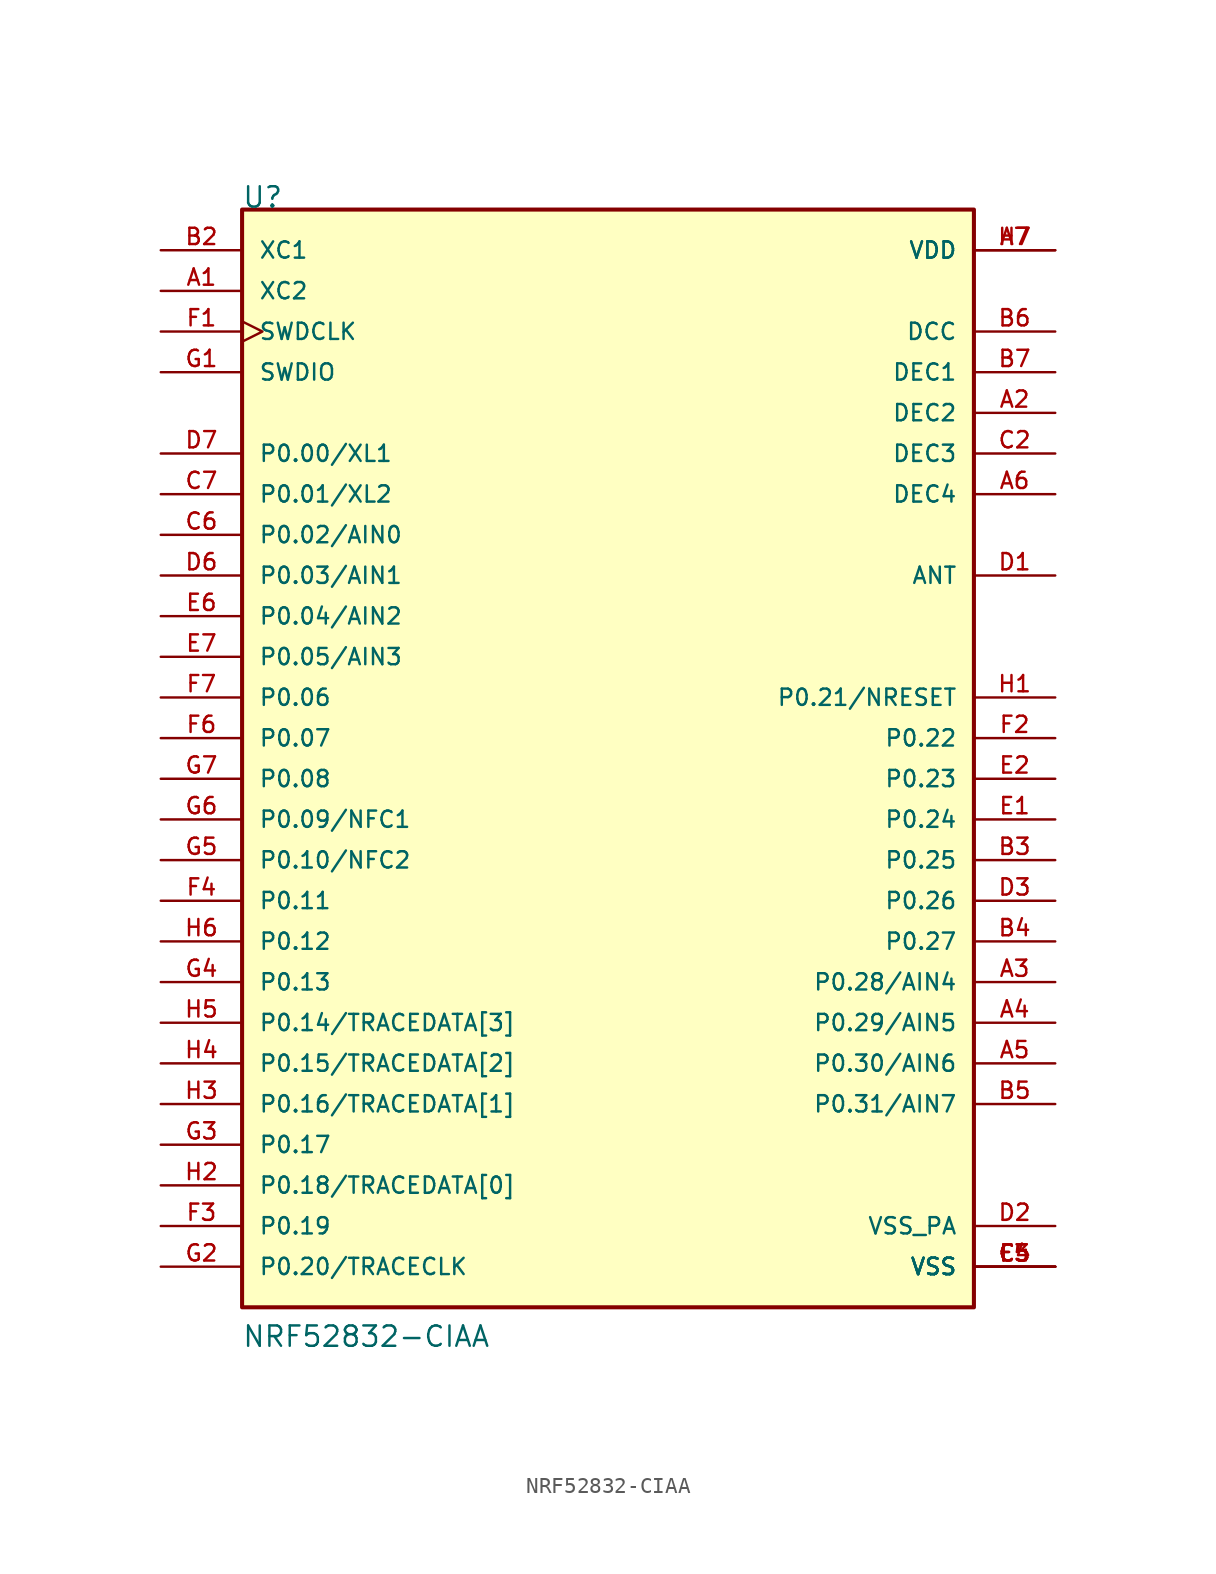
<source format=kicad_sym>
(kicad_symbol_lib
  (version 20211014)
  (generator kicad_symbol_editor)
  (symbol "NRF52832-CIAA"
    (pin_names
      (offset 1.016))
    (property "Reference" "U"
      (at -22.885 33.045 0)
      (effects (font (size 1.27 1.27)) (justify left bottom)))
    (property "Value" "NRF52832-CIAA"
      (at -22.885 -38.125 0)
      (effects (font (size 1.27 1.27)) (justify left bottom)))
    (property "ki_locked" ""
      (at 0 0 0)
      (effects (font (size 1.27 1.27))))
    (symbol "NRF52832-CIAA_0_0"
      (rectangle (start -22.86 -35.56) (end 22.86 33.02) (stroke (width 0.254) (type default) (color 0 0 0 0)) (fill (type background)))
      (pin input line (at -27.94 27.94 0) (length 5.08) (name "XC2" (effects (font (size 1.016 1.016)))) (number "A1" (effects (font (size 1.016 1.016)))))
      (pin power_in line (at 27.94 20.32 180) (length 5.08) (name "DEC2" (effects (font (size 1.016 1.016)))) (number "A2" (effects (font (size 1.016 1.016)))))
      (pin bidirectional line (at 27.94 -15.24 180) (length 5.08) (name "P0.28/AIN4" (effects (font (size 1.016 1.016)))) (number "A3" (effects (font (size 1.016 1.016)))))
      (pin bidirectional line (at 27.94 -17.78 180) (length 5.08) (name "P0.29/AIN5" (effects (font (size 1.016 1.016)))) (number "A4" (effects (font (size 1.016 1.016)))))
      (pin bidirectional line (at 27.94 -20.32 180) (length 5.08) (name "P0.30/AIN6" (effects (font (size 1.016 1.016)))) (number "A5" (effects (font (size 1.016 1.016)))))
      (pin power_in line (at 27.94 15.24 180) (length 5.08) (name "DEC4" (effects (font (size 1.016 1.016)))) (number "A6" (effects (font (size 1.016 1.016)))))
      (pin power_in line (at 27.94 30.48 180) (length 5.08) (name "VDD" (effects (font (size 1.016 1.016)))) (number "A7" (effects (font (size 1.016 1.016)))))
      (pin input line (at -27.94 30.48 0) (length 5.08) (name "XC1" (effects (font (size 1.016 1.016)))) (number "B2" (effects (font (size 1.016 1.016)))))
      (pin bidirectional line (at 27.94 -7.62 180) (length 5.08) (name "P0.25" (effects (font (size 1.016 1.016)))) (number "B3" (effects (font (size 1.016 1.016)))))
      (pin bidirectional line (at 27.94 -12.7 180) (length 5.08) (name "P0.27" (effects (font (size 1.016 1.016)))) (number "B4" (effects (font (size 1.016 1.016)))))
      (pin bidirectional line (at 27.94 -22.86 180) (length 5.08) (name "P0.31/AIN7" (effects (font (size 1.016 1.016)))) (number "B5" (effects (font (size 1.016 1.016)))))
      (pin power_in line (at 27.94 25.4 180) (length 5.08) (name "DCC" (effects (font (size 1.016 1.016)))) (number "B6" (effects (font (size 1.016 1.016)))))
      (pin power_in line (at 27.94 22.86 180) (length 5.08) (name "DEC1" (effects (font (size 1.016 1.016)))) (number "B7" (effects (font (size 1.016 1.016)))))
      (pin power_in line (at 27.94 17.78 180) (length 5.08) (name "DEC3" (effects (font (size 1.016 1.016)))) (number "C2" (effects (font (size 1.016 1.016)))))
      (pin power_in line (at 27.94 -33.02 180) (length 5.08) (name "VSS" (effects (font (size 1.016 1.016)))) (number "C4" (effects (font (size 1.016 1.016)))))
      (pin power_in line (at 27.94 -33.02 180) (length 5.08) (name "VSS" (effects (font (size 1.016 1.016)))) (number "C5" (effects (font (size 1.016 1.016)))))
      (pin bidirectional line (at -27.94 12.7 0) (length 5.08) (name "P0.02/AIN0" (effects (font (size 1.016 1.016)))) (number "C6" (effects (font (size 1.016 1.016)))))
      (pin bidirectional line (at -27.94 15.24 0) (length 5.08) (name "P0.01/XL2" (effects (font (size 1.016 1.016)))) (number "C7" (effects (font (size 1.016 1.016)))))
      (pin passive line (at 27.94 10.16 180) (length 5.08) (name "ANT" (effects (font (size 1.016 1.016)))) (number "D1" (effects (font (size 1.016 1.016)))))
      (pin power_in line (at 27.94 -30.48 180) (length 5.08) (name "VSS_PA" (effects (font (size 1.016 1.016)))) (number "D2" (effects (font (size 1.016 1.016)))))
      (pin bidirectional line (at 27.94 -10.16 180) (length 5.08) (name "P0.26" (effects (font (size 1.016 1.016)))) (number "D3" (effects (font (size 1.016 1.016)))))
      (pin bidirectional line (at -27.94 10.16 0) (length 5.08) (name "P0.03/AIN1" (effects (font (size 1.016 1.016)))) (number "D6" (effects (font (size 1.016 1.016)))))
      (pin bidirectional line (at -27.94 17.78 0) (length 5.08) (name "P0.00/XL1" (effects (font (size 1.016 1.016)))) (number "D7" (effects (font (size 1.016 1.016)))))
      (pin bidirectional line (at 27.94 -5.08 180) (length 5.08) (name "P0.24" (effects (font (size 1.016 1.016)))) (number "E1" (effects (font (size 1.016 1.016)))))
      (pin bidirectional line (at 27.94 -2.54 180) (length 5.08) (name "P0.23" (effects (font (size 1.016 1.016)))) (number "E2" (effects (font (size 1.016 1.016)))))
      (pin power_in line (at 27.94 -33.02 180) (length 5.08) (name "VSS" (effects (font (size 1.016 1.016)))) (number "E3" (effects (font (size 1.016 1.016)))))
      (pin bidirectional line (at -27.94 7.62 0) (length 5.08) (name "P0.04/AIN2" (effects (font (size 1.016 1.016)))) (number "E6" (effects (font (size 1.016 1.016)))))
      (pin bidirectional line (at -27.94 5.08 0) (length 5.08) (name "P0.05/AIN3" (effects (font (size 1.016 1.016)))) (number "E7" (effects (font (size 1.016 1.016)))))
      (pin input clock (at -27.94 25.4 0) (length 5.08) (name "SWDCLK" (effects (font (size 1.016 1.016)))) (number "F1" (effects (font (size 1.016 1.016)))))
      (pin bidirectional line (at 27.94 0 180) (length 5.08) (name "P0.22" (effects (font (size 1.016 1.016)))) (number "F2" (effects (font (size 1.016 1.016)))))
      (pin bidirectional line (at -27.94 -30.48 0) (length 5.08) (name "P0.19" (effects (font (size 1.016 1.016)))) (number "F3" (effects (font (size 1.016 1.016)))))
      (pin bidirectional line (at -27.94 -10.16 0) (length 5.08) (name "P0.11" (effects (font (size 1.016 1.016)))) (number "F4" (effects (font (size 1.016 1.016)))))
      (pin power_in line (at 27.94 -33.02 180) (length 5.08) (name "VSS" (effects (font (size 1.016 1.016)))) (number "F5" (effects (font (size 1.016 1.016)))))
      (pin bidirectional line (at -27.94 0 0) (length 5.08) (name "P0.07" (effects (font (size 1.016 1.016)))) (number "F6" (effects (font (size 1.016 1.016)))))
      (pin bidirectional line (at -27.94 2.54 0) (length 5.08) (name "P0.06" (effects (font (size 1.016 1.016)))) (number "F7" (effects (font (size 1.016 1.016)))))
      (pin bidirectional line (at -27.94 22.86 0) (length 5.08) (name "SWDIO" (effects (font (size 1.016 1.016)))) (number "G1" (effects (font (size 1.016 1.016)))))
      (pin bidirectional line (at -27.94 -33.02 0) (length 5.08) (name "P0.20/TRACECLK" (effects (font (size 1.016 1.016)))) (number "G2" (effects (font (size 1.016 1.016)))))
      (pin bidirectional line (at -27.94 -25.4 0) (length 5.08) (name "P0.17" (effects (font (size 1.016 1.016)))) (number "G3" (effects (font (size 1.016 1.016)))))
      (pin bidirectional line (at -27.94 -15.24 0) (length 5.08) (name "P0.13" (effects (font (size 1.016 1.016)))) (number "G4" (effects (font (size 1.016 1.016)))))
      (pin bidirectional line (at -27.94 -7.62 0) (length 5.08) (name "P0.10/NFC2" (effects (font (size 1.016 1.016)))) (number "G5" (effects (font (size 1.016 1.016)))))
      (pin bidirectional line (at -27.94 -5.08 0) (length 5.08) (name "P0.09/NFC1" (effects (font (size 1.016 1.016)))) (number "G6" (effects (font (size 1.016 1.016)))))
      (pin bidirectional line (at -27.94 -2.54 0) (length 5.08) (name "P0.08" (effects (font (size 1.016 1.016)))) (number "G7" (effects (font (size 1.016 1.016)))))
      (pin bidirectional line (at 27.94 2.54 180) (length 5.08) (name "P0.21/NRESET" (effects (font (size 1.016 1.016)))) (number "H1" (effects (font (size 1.016 1.016)))))
      (pin bidirectional line (at -27.94 -27.94 0) (length 5.08) (name "P0.18/TRACEDATA[0]" (effects (font (size 1.016 1.016)))) (number "H2" (effects (font (size 1.016 1.016)))))
      (pin bidirectional line (at -27.94 -22.86 0) (length 5.08) (name "P0.16/TRACEDATA[1]" (effects (font (size 1.016 1.016)))) (number "H3" (effects (font (size 1.016 1.016)))))
      (pin bidirectional line (at -27.94 -20.32 0) (length 5.08) (name "P0.15/TRACEDATA[2]" (effects (font (size 1.016 1.016)))) (number "H4" (effects (font (size 1.016 1.016)))))
      (pin bidirectional line (at -27.94 -17.78 0) (length 5.08) (name "P0.14/TRACEDATA[3]" (effects (font (size 1.016 1.016)))) (number "H5" (effects (font (size 1.016 1.016)))))
      (pin bidirectional line (at -27.94 -12.7 0) (length 5.08) (name "P0.12" (effects (font (size 1.016 1.016)))) (number "H6" (effects (font (size 1.016 1.016)))))
      (pin power_in line (at 27.94 30.48 180) (length 5.08) (name "VDD" (effects (font (size 1.016 1.016)))) (number "H7" (effects (font (size 1.016 1.016))))))))
</source>
